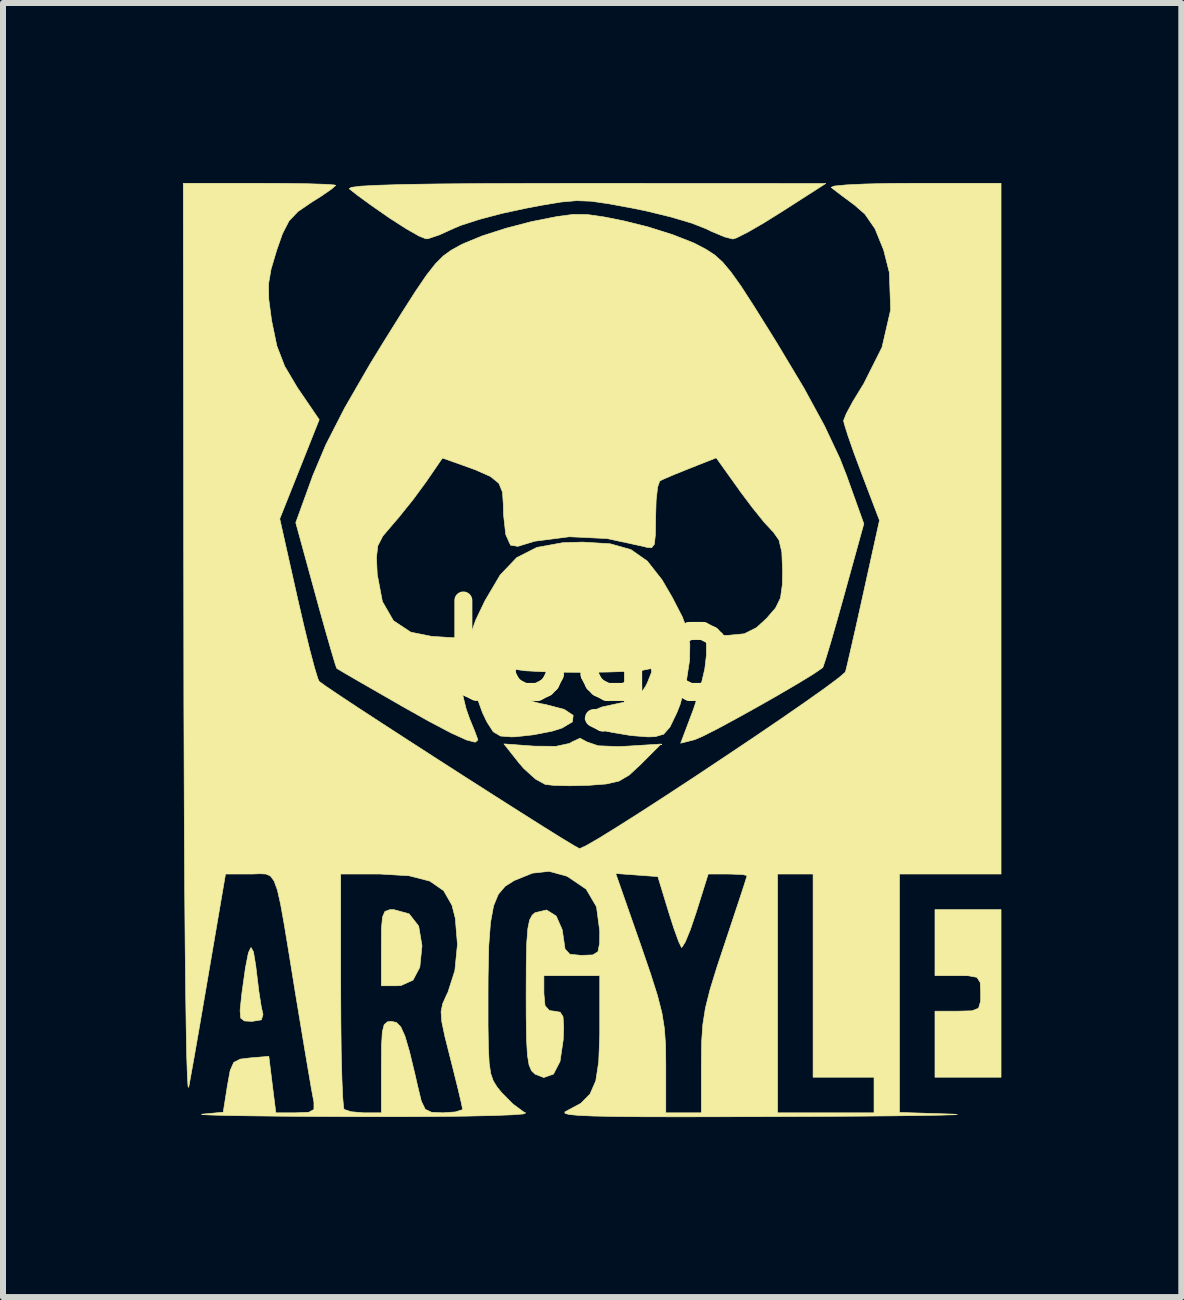
<source format=kicad_pcb>
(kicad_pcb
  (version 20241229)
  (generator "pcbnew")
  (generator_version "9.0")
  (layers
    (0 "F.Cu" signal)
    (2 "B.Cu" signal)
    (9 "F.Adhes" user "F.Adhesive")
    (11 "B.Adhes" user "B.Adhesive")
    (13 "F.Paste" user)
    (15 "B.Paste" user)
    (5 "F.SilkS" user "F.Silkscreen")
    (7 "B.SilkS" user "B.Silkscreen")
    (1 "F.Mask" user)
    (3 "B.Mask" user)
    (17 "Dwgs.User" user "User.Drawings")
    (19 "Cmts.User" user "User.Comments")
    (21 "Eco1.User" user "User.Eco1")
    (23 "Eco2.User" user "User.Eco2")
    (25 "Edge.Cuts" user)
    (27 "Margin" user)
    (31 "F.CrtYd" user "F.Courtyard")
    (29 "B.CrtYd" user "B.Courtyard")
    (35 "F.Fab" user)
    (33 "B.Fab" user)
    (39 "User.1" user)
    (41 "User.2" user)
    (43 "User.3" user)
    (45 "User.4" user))
  (footprint "logo"
    (layer "F.Cu")
    (at 6.778 7.794)
    (property "Reference" "logo" (at 0 0 0) (layer "F.SilkS") (effects (font (size 1.524 1.524) (thickness 0.3))))
    (attr through_hole)
    (fp_poly (pts (xy -3.009 4.388) (xy -2.849 4.593) (xy -2.794 4.921) (xy -2.794 4.922) (xy -2.83 5.278) (xy -2.943 5.493) (xy -3.142 5.583) (xy -3.22 5.588) (xy -3.471 5.588) (xy -3.471 4.953) (xy -3.469 4.63) (xy -3.452 4.441) (xy -3.412 4.349) (xy -3.334 4.32) (xy -3.266 4.318) (xy -3.009 4.388)) (stroke (width 0.01) (type solid)) (fill yes) (layer "F.SilkS"))
    (fp_poly (pts (xy 6.858 7.112) (xy 5.757 7.112) (xy 5.757 6.011) (xy 6.138 6.011) (xy 6.372 6.005) (xy 6.483 5.962) (xy 6.517 5.847) (xy 6.519 5.715) (xy 6.511 5.533) (xy 6.456 5.447) (xy 6.308 5.42) (xy 6.138 5.419) (xy 5.757 5.419) (xy 5.757 4.318) (xy 6.858 4.318) (xy 6.858 7.112)) (stroke (width 0.01) (type solid)) (fill yes) (layer "F.SilkS"))
    (fp_poly (pts (xy -5.603 5.023) (xy -5.565 5.253) (xy -5.551 5.37) (xy -5.513 5.681) (xy -5.474 5.932) (xy -5.444 6.068) (xy -5.472 6.156) (xy -5.627 6.181) (xy -5.754 6.174) (xy -5.816 6.126) (xy -5.826 5.998) (xy -5.8 5.747) (xy -5.794 5.698) (xy -5.736 5.283) (xy -5.687 5.035) (xy -5.644 4.949) (xy -5.603 5.023)) (stroke (width 0.01) (type solid)) (fill yes) (layer "F.SilkS"))
    (fp_poly (pts (xy -0.043 1.524) (xy 0.142 1.587) (xy 0.481 1.601) (xy 0.637 1.593) (xy 1.191 1.558) (xy 0.861 1.888) (xy 0.663 2.073) (xy 0.491 2.175) (xy 0.279 2.224) (xy -0.01 2.246) (xy -0.326 2.254) (xy -0.597 2.247) (xy -0.738 2.232) (xy -0.902 2.142) (xy -1.098 1.965) (xy -1.177 1.873) (xy -1.428 1.556) (xy -0.925 1.593) (xy -0.56 1.596) (xy -0.332 1.547) (xy -0.296 1.524) (xy -0.16 1.461) (xy -0.043 1.524)) (stroke (width 0.01) (type solid)) (fill yes) (layer "F.SilkS"))
    (fp_poly (pts (xy 3.937 -7.786) (xy 3.217 -7.324) (xy 2.903 -7.128) (xy 2.635 -6.973) (xy 2.449 -6.879) (xy 2.388 -6.86) (xy 2.251 -6.895) (xy 2.033 -6.986) (xy 1.936 -7.033) (xy 1.704 -7.124) (xy 1.36 -7.226) (xy 0.959 -7.324) (xy 0.712 -7.375) (xy 0.315 -7.448) (xy 0.025 -7.49) (xy -0.217 -7.499) (xy -0.471 -7.477) (xy -0.797 -7.423) (xy -1.05 -7.375) (xy -1.46 -7.287) (xy -1.845 -7.185) (xy -2.151 -7.086) (xy -2.275 -7.033) (xy -2.506 -6.928) (xy -2.685 -6.868) (xy -2.727 -6.863) (xy -2.846 -6.911) (xy -3.059 -7.032) (xy -3.326 -7.204) (xy -3.376 -7.238) (xy -3.647 -7.427) (xy -3.868 -7.588) (xy -3.998 -7.69) (xy -4.007 -7.698) (xy -3.972 -7.721) (xy -3.815 -7.741) (xy -3.527 -7.756) (xy -3.103 -7.769) (xy -2.535 -7.778) (xy -1.818 -7.784) (xy -0.943 -7.787) (xy -0.08 -7.788) (xy 3.937 -7.786)) (stroke (width 0.01) (type solid)) (fill yes) (layer "F.SilkS"))
    (fp_poly (pts (xy 0.342 -1.78) (xy 0.688 -1.683) (xy 0.962 -1.491) (xy 1.208 -1.178) (xy 1.378 -0.886) (xy 1.544 -0.564) (xy 1.636 -0.325) (xy 1.671 -0.107) (xy 1.667 0.149) (xy 1.665 0.169) (xy 1.61 0.53) (xy 1.508 0.9) (xy 1.454 1.037) (xy 1.339 1.275) (xy 1.234 1.394) (xy 1.094 1.435) (xy 0.972 1.439) (xy 0.691 1.417) (xy 0.369 1.363) (xy 0.287 1.344) (xy 0.022 1.246) (xy -0.078 1.139) (xy -0.016 1.033) (xy 0.204 0.941) (xy 0.392 0.9) (xy 0.661 0.841) (xy 0.821 0.754) (xy 0.93 0.602) (xy 0.964 0.534) (xy 1.036 0.353) (xy 1.022 0.297) (xy 1.001 0.305) (xy 0.881 0.329) (xy 0.636 0.347) (xy 0.306 0.358) (xy -0.069 0.363) (xy -0.45 0.361) (xy -0.796 0.352) (xy -1.068 0.337) (xy -1.225 0.316) (xy -1.246 0.307) (xy -1.347 0.245) (xy -1.375 0.313) (xy -1.324 0.486) (xy -1.3 0.54) (xy -1.195 0.718) (xy -1.056 0.82) (xy -0.824 0.883) (xy -0.731 0.9) (xy -0.424 0.98) (xy -0.274 1.08) (xy -0.286 1.188) (xy -0.46 1.292) (xy -0.626 1.344) (xy -0.935 1.404) (xy -1.235 1.437) (xy -1.304 1.439) (xy -1.486 1.425) (xy -1.606 1.354) (xy -1.713 1.188) (xy -1.785 1.037) (xy -1.907 0.698) (xy -1.993 0.327) (xy -2.01 0.207) (xy -2.02 -0.04) (xy -1.988 -0.258) (xy -1.899 -0.507) (xy -1.745 -0.829) (xy -1.491 -1.259) (xy -1.215 -1.549) (xy -0.879 -1.72) (xy -0.446 -1.798) (xy -0.116 -1.808) (xy 0.342 -1.78)) (stroke (width 0.01) (type solid)) (fill yes) (layer "F.SilkS"))
    (fp_poly (pts (xy -0.039 -7.268) (xy 0.235 -7.229) (xy 0.572 -7.162) (xy 0.98 -7.06) (xy 1.391 -6.93) (xy 1.729 -6.797) (xy 1.782 -6.771) (xy 1.947 -6.684) (xy 2.086 -6.593) (xy 2.216 -6.476) (xy 2.355 -6.31) (xy 2.523 -6.075) (xy 2.735 -5.747) (xy 3.012 -5.304) (xy 3.126 -5.12) (xy 3.572 -4.376) (xy 3.917 -3.742) (xy 4.171 -3.203) (xy 4.286 -2.909) (xy 4.571 -2.113) (xy 4.243 -0.926) (xy 4.125 -0.504) (xy 4.022 -0.145) (xy 3.941 0.123) (xy 3.893 0.268) (xy 3.884 0.286) (xy 3.732 0.39) (xy 3.475 0.547) (xy 3.151 0.737) (xy 2.794 0.94) (xy 2.439 1.137) (xy 2.124 1.307) (xy 1.883 1.429) (xy 1.753 1.485) (xy 1.518 1.544) (xy 1.733 0.974) (xy 1.843 0.634) (xy 1.92 0.306) (xy 1.947 0.075) (xy 1.947 -0.254) (xy 2.312 -0.254) (xy 2.579 -0.28) (xy 2.782 -0.382) (xy 2.947 -0.533) (xy 3.101 -0.711) (xy 3.182 -0.878) (xy 3.213 -1.103) (xy 3.217 -1.324) (xy 3.204 -1.641) (xy 3.157 -1.841) (xy 3.061 -1.978) (xy 3.043 -1.995) (xy 2.908 -2.141) (xy 2.717 -2.378) (xy 2.508 -2.656) (xy 2.49 -2.683) (xy 2.111 -3.213) (xy 1.674 -3.04) (xy 1.42 -2.938) (xy 1.231 -2.857) (xy 1.169 -2.826) (xy 1.134 -2.726) (xy 1.109 -2.506) (xy 1.101 -2.229) (xy 1.097 -1.933) (xy 1.079 -1.772) (xy 1.033 -1.713) (xy 0.946 -1.722) (xy 0.91 -1.733) (xy 0.29 -1.867) (xy -0.338 -1.897) (xy -0.918 -1.822) (xy -1.195 -1.737) (xy -1.318 -1.757) (xy -1.398 -1.934) (xy -1.435 -2.27) (xy -1.438 -2.431) (xy -1.452 -2.641) (xy -1.512 -2.787) (xy -1.651 -2.901) (xy -1.902 -3.012) (xy -2.12 -3.091) (xy -2.453 -3.209) (xy -2.724 -2.814) (xy -2.943 -2.516) (xy -3.186 -2.214) (xy -3.286 -2.098) (xy -3.448 -1.907) (xy -3.53 -1.747) (xy -3.553 -1.553) (xy -3.54 -1.27) (xy -3.454 -0.817) (xy -3.27 -0.498) (xy -2.98 -0.306) (xy -2.634 -0.237) (xy -2.244 -0.212) (xy -2.193 0.296) (xy -2.14 0.64) (xy -2.058 0.972) (xy -2.002 1.132) (xy -1.916 1.342) (xy -1.867 1.474) (xy -1.863 1.492) (xy -1.908 1.528) (xy -2.052 1.49) (xy -2.306 1.375) (xy -2.68 1.178) (xy -3.137 0.921) (xy -3.514 0.704) (xy -3.835 0.52) (xy -4.073 0.382) (xy -4.2 0.306) (xy -4.215 0.297) (xy -4.244 0.213) (xy -4.309 -0.006) (xy -4.402 -0.329) (xy -4.514 -0.729) (xy -4.568 -0.927) (xy -4.898 -2.132) (xy -4.613 -2.918) (xy -4.397 -3.43) (xy -4.082 -4.046) (xy -3.661 -4.774) (xy -3.441 -5.133) (xy -3.135 -5.623) (xy -2.9 -5.991) (xy -2.718 -6.258) (xy -2.57 -6.446) (xy -2.44 -6.577) (xy -2.309 -6.672) (xy -2.16 -6.755) (xy -2.096 -6.786) (xy -1.79 -6.912) (xy -1.392 -7.04) (xy -0.981 -7.147) (xy -0.904 -7.163) (xy -0.541 -7.235) (xy -0.275 -7.27) (xy -0.039 -7.268)) (stroke (width 0.01) (type solid)) (fill yes) (layer "F.SilkS"))
    (fp_poly (pts (xy -5.061 -7.787) (xy -4.686 -7.781) (xy -4.407 -7.772) (xy -4.254 -7.761) (xy -4.233 -7.754) (xy -4.299 -7.695) (xy -4.469 -7.577) (xy -4.636 -7.472) (xy -4.861 -7.318) (xy -5.009 -7.163) (xy -5.119 -6.95) (xy -5.217 -6.67) (xy -5.31 -6.357) (xy -5.352 -6.111) (xy -5.348 -5.856) (xy -5.303 -5.516) (xy -5.299 -5.492) (xy -5.213 -5.077) (xy -5.083 -4.74) (xy -4.875 -4.389) (xy -4.854 -4.358) (xy -4.507 -3.849) (xy -4.836 -3.022) (xy -5.165 -2.196) (xy -4.868 -0.869) (xy -4.763 -0.416) (xy -4.667 -0.022) (xy -4.586 0.283) (xy -4.529 0.47) (xy -4.508 0.514) (xy -4.402 0.591) (xy -4.18 0.741) (xy -3.863 0.951) (xy -3.472 1.206) (xy -3.028 1.494) (xy -2.554 1.8) (xy -2.07 2.111) (xy -1.599 2.412) (xy -1.16 2.691) (xy -0.777 2.933) (xy -0.469 3.125) (xy -0.259 3.252) (xy -0.168 3.302) (xy -0.167 3.302) (xy -0.065 3.256) (xy 0.155 3.129) (xy 0.47 2.934) (xy 0.861 2.686) (xy 1.305 2.398) (xy 1.782 2.085) (xy 2.27 1.76) (xy 2.749 1.439) (xy 3.197 1.134) (xy 3.593 0.86) (xy 3.916 0.631) (xy 4.145 0.461) (xy 4.258 0.364) (xy 4.266 0.351) (xy 4.298 0.221) (xy 4.358 -0.04) (xy 4.44 -0.399) (xy 4.534 -0.822) (xy 4.569 -0.98) (xy 4.832 -2.171) (xy 4.533 -2.956) (xy 4.405 -3.299) (xy 4.305 -3.586) (xy 4.245 -3.778) (xy 4.233 -3.833) (xy 4.277 -3.945) (xy 4.39 -4.155) (xy 4.551 -4.418) (xy 4.565 -4.439) (xy 4.874 -5.054) (xy 5.018 -5.679) (xy 4.996 -6.304) (xy 4.901 -6.678) (xy 4.757 -7.032) (xy 4.589 -7.275) (xy 4.415 -7.427) (xy 4.21 -7.579) (xy 4.058 -7.695) (xy 4.026 -7.721) (xy 4.079 -7.743) (xy 4.276 -7.762) (xy 4.592 -7.777) (xy 5.001 -7.787) (xy 5.402 -7.789) (xy 6.858 -7.789) (xy 6.858 3.725) (xy 5.165 3.725) (xy 5.165 7.699) (xy 6.032 7.726) (xy 6.13 7.732) (xy 6.07 7.738) (xy 5.866 7.744) (xy 5.528 7.75) (xy 5.07 7.756) (xy 4.503 7.761) (xy 3.839 7.765) (xy 3.133 7.768) (xy 2.23 7.771) (xy 1.485 7.772) (xy 0.883 7.771) (xy 0.413 7.766) (xy 0.061 7.759) (xy -0.185 7.748) (xy -0.337 7.734) (xy -0.409 7.715) (xy -0.413 7.692) (xy -0.371 7.668) (xy -0.146 7.547) (xy 0.007 7.392) (xy 0.103 7.172) (xy 0.152 6.854) (xy 0.169 6.406) (xy 0.169 6.289) (xy 0.169 5.419) (xy -0.762 5.419) (xy -0.762 5.715) (xy -0.743 5.919) (xy -0.67 6.001) (xy -0.588 6.011) (xy -0.491 6.028) (xy -0.443 6.103) (xy -0.432 6.278) (xy -0.44 6.489) (xy -0.493 6.849) (xy -0.602 7.06) (xy -0.764 7.117) (xy -0.91 7.06) (xy -0.968 7.005) (xy -1.009 6.909) (xy -1.036 6.745) (xy -1.051 6.486) (xy -1.057 6.104) (xy -1.058 5.715) (xy -1.056 5.223) (xy -1.048 4.873) (xy -1.03 4.638) (xy -1.001 4.493) (xy -0.956 4.409) (xy -0.91 4.37) (xy -0.717 4.324) (xy -0.557 4.425) (xy -0.457 4.652) (xy -0.439 4.771) (xy -0.409 4.976) (xy -0.329 5.062) (xy -0.149 5.08) (xy -0.122 5.08) (xy 0.053 5.073) (xy 0.139 5.02) (xy 0.167 4.879) (xy 0.169 4.676) (xy 0.115 4.271) (xy -0.057 3.977) (xy -0.361 3.771) (xy -0.398 3.755) (xy -0.542 3.716) (xy 0.435 3.716) (xy 0.853 4.911) (xy 1.017 5.39) (xy 1.132 5.753) (xy 1.206 6.043) (xy 1.247 6.302) (xy 1.266 6.573) (xy 1.27 6.899) (xy 1.27 6.905) (xy 1.27 7.705) (xy 1.863 7.705) (xy 1.863 6.876) (xy 1.867 6.525) (xy 1.887 6.235) (xy 1.93 5.96) (xy 2.007 5.652) (xy 2.126 5.266) (xy 2.244 4.911) (xy 2.38 4.502) (xy 2.495 4.155) (xy 2.579 3.899) (xy 2.621 3.764) (xy 2.625 3.75) (xy 2.55 3.734) (xy 2.363 3.726) (xy 2.301 3.725) (xy 3.133 3.725) (xy 3.133 7.705) (xy 4.741 7.705) (xy 4.741 7.112) (xy 3.725 7.112) (xy 3.725 3.725) (xy 3.133 3.725) (xy 2.301 3.725) (xy 1.977 3.725) (xy 1.778 4.36) (xy 1.68 4.65) (xy 1.595 4.857) (xy 1.539 4.947) (xy 1.53 4.947) (xy 1.483 4.847) (xy 1.405 4.631) (xy 1.313 4.344) (xy 1.31 4.333) (xy 1.138 3.768) (xy 0.435 3.716) (xy -0.542 3.716) (xy -0.676 3.68) (xy -0.951 3.71) (xy -1.256 3.833) (xy -1.408 3.929) (xy -1.521 4.062) (xy -1.601 4.255) (xy -1.652 4.534) (xy -1.681 4.921) (xy -1.692 5.442) (xy -1.693 5.747) (xy -1.693 6.253) (xy -1.687 6.62) (xy -1.674 6.877) (xy -1.648 7.052) (xy -1.605 7.175) (xy -1.542 7.276) (xy -1.467 7.368) (xy -1.279 7.558) (xy -1.099 7.691) (xy -1.065 7.707) (xy -1.103 7.724) (xy -1.295 7.739) (xy -1.624 7.751) (xy -2.074 7.761) (xy -2.629 7.767) (xy -3.275 7.77) (xy -3.852 7.769) (xy -4.524 7.766) (xy -5.122 7.762) (xy -5.632 7.756) (xy -6.037 7.75) (xy -6.32 7.742) (xy -6.466 7.735) (xy -6.462 7.728) (xy -6.107 7.695) (xy -6.038 7.256) (xy -5.991 6.999) (xy -5.932 6.865) (xy -5.823 6.81) (xy -5.658 6.79) (xy -5.347 6.764) (xy -5.289 7.234) (xy -5.23 7.705) (xy -4.894 7.705) (xy -4.681 7.696) (xy -4.595 7.649) (xy -4.595 7.529) (xy -4.606 7.472) (xy -4.635 7.316) (xy -4.685 7.024) (xy -4.752 6.627) (xy -4.83 6.157) (xy -4.91 5.673) (xy -5.01 5.052) (xy -5.088 4.578) (xy -5.15 4.231) (xy -5.204 3.992) (xy -5.259 3.841) (xy -5.32 3.758) (xy -5.395 3.725) (xy -4.149 3.725) (xy -4.149 5.659) (xy -4.146 6.214) (xy -4.14 6.713) (xy -4.129 7.129) (xy -4.116 7.438) (xy -4.101 7.616) (xy -4.092 7.648) (xy -3.976 7.687) (xy -3.77 7.705) (xy -3.754 7.705) (xy -3.471 7.705) (xy -3.471 6.943) (xy -3.468 6.58) (xy -3.455 6.355) (xy -3.424 6.235) (xy -3.368 6.188) (xy -3.306 6.181) (xy -3.22 6.199) (xy -3.148 6.272) (xy -3.079 6.424) (xy -3.003 6.682) (xy -2.909 7.071) (xy -2.868 7.253) (xy -2.805 7.512) (xy -2.74 7.646) (xy -2.634 7.697) (xy -2.449 7.705) (xy -2.442 7.705) (xy -2.235 7.69) (xy -2.124 7.654) (xy -2.118 7.641) (xy -2.139 7.536) (xy -2.193 7.307) (xy -2.271 6.993) (xy -2.321 6.795) (xy -2.413 6.43) (xy -2.464 6.186) (xy -2.476 6.02) (xy -2.45 5.889) (xy -2.388 5.749) (xy -2.362 5.697) (xy -2.246 5.335) (xy -2.203 4.897) (xy -2.239 4.461) (xy -2.295 4.243) (xy -2.433 4.003) (xy -2.663 3.843) (xy -3.009 3.754) (xy -3.492 3.725) (xy -3.509 3.725) (xy -4.149 3.725) (xy -5.395 3.725) (xy -5.396 3.725) (xy -5.495 3.72) (xy -5.623 3.725) (xy -5.661 3.725) (xy -6.069 3.725) (xy -6.34 5.313) (xy -6.43 5.84) (xy -6.515 6.336) (xy -6.59 6.766) (xy -6.649 7.095) (xy -6.683 7.281) (xy -6.694 7.261) (xy -6.705 7.079) (xy -6.716 6.745) (xy -6.725 6.267) (xy -6.734 5.654) (xy -6.742 4.914) (xy -6.749 4.055) (xy -6.755 3.086) (xy -6.759 2.016) (xy -6.763 0.853) (xy -6.764 -0.064) (xy -6.773 -7.789) (xy -5.503 -7.789) (xy -5.061 -7.787)) (stroke (width 0.01) (type solid)) (fill yes) (layer "F.SilkS")))
  (gr_rect
    (start -3 -3)
    (end 16.641 18.571)
    (stroke (width 0.1) (type default))
    (fill no)
    (layer "Edge.Cuts")))
</source>
